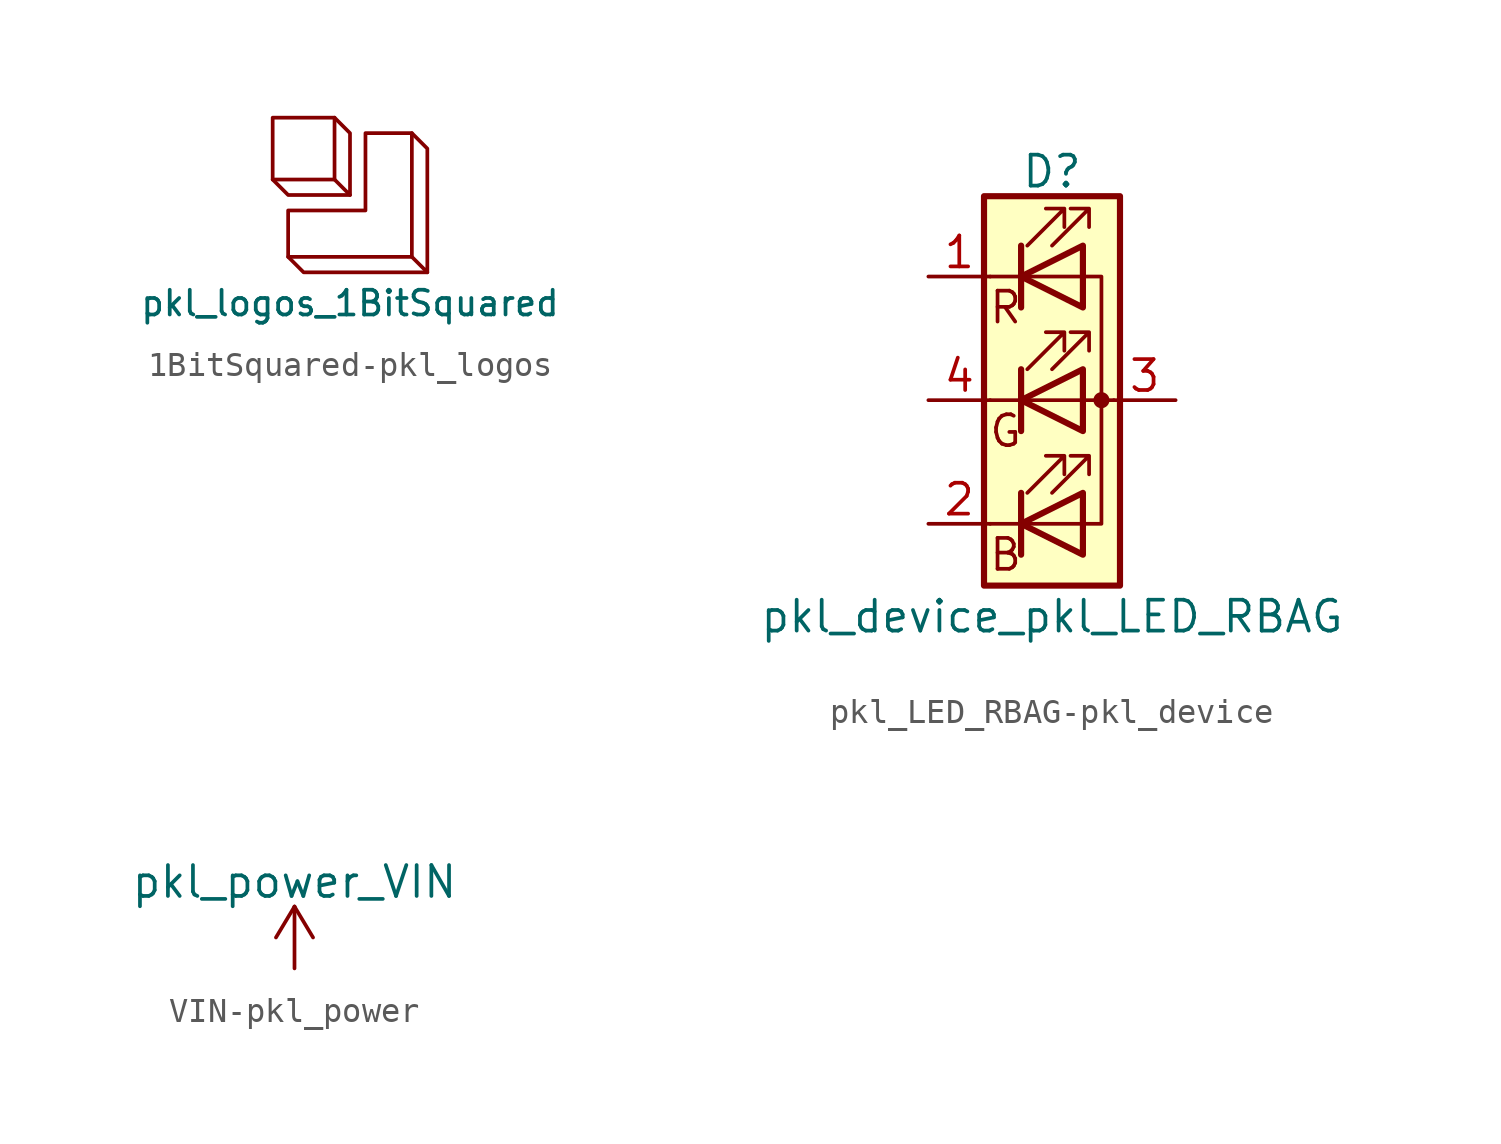
<source format=kicad_sym>
(kicad_symbol_lib
  (version 20231120)
  (generator "kicad_symbol_editor")
  (generator_version "8.0")
  (symbol "1BitSquared-pkl_logos"
    (pin_names
      (offset 1.016))
    (property "Reference" "LOGO"
      (at 5.08 0.635 90)
      (effects (font (size 1.524 1.524)) (hide yes)))
    (property "Value" "pkl_logos_1BitSquared"
      (at 0 -4.445 0)
      (effects (font (size 1.016 1.016))))
    (property "Footprint" ""
      (at 0 0 0)
      (effects (font (size 1.524 1.524))))
    (property "Datasheet" ""
      (at 0 0 0)
      (effects (font (size 1.524 1.524))))
    (symbol "1BitSquared-pkl_logos_0_1"
      (rectangle (start -0.635 0.635) (end -3.175 3.175) (stroke (width 0) (type solid)) (fill (type none)))
      (polyline (pts (xy -3.175 0.635) (xy -2.54 0) (xy 0 0)) (stroke (width 0) (type solid)) (fill (type none)))
      (polyline (pts (xy -2.54 -2.54) (xy -1.905 -3.175) (xy 3.175 -3.175)) (stroke (width 0) (type solid)) (fill (type none)))
      (polyline (pts (xy -0.635 3.175) (xy 0 2.54) (xy 0 0) (xy -0.635 0.635)) (stroke (width 0) (type solid)) (fill (type none)))
      (polyline (pts (xy 2.54 2.54) (xy 3.175 1.905) (xy 3.175 -3.175) (xy 2.54 -2.54)) (stroke (width 0) (type solid)) (fill (type none)))
      (polyline (pts (xy 0.635 2.54) (xy 2.54 2.54) (xy 2.54 -2.54) (xy -2.54 -2.54) (xy -2.54 -0.635) (xy 0.635 -0.635) (xy 0.635 2.54)) (stroke (width 0) (type solid)) (fill (type none)))))
  (symbol "pkl_LED_RBAG-pkl_device"
    (pin_names
      (offset 0) hide)
    (property "Reference" "D"
      (at 0 9.398 0)
      (effects (font (size 1.27 1.27))))
    (property "Value" "pkl_device_pkl_LED_RBAG"
      (at 0 -8.89 0)
      (effects (font (size 1.27 1.27))))
    (symbol "pkl_LED_RBAG-pkl_device_0_0"
      (text "B" (at -1.905 -6.35 0) (effects (font (size 1.27 1.27))))
      (text "G" (at -1.905 -1.27 0) (effects (font (size 1.27 1.27))))
      (text "R" (at -1.905 3.81 0) (effects (font (size 1.27 1.27)))))
    (symbol "pkl_LED_RBAG-pkl_device_0_1"
      (polyline (pts (xy -1.27 -5.08) (xy -2.54 -5.08)) (stroke (width 0) (type solid)) (fill (type none)))
      (polyline (pts (xy -1.27 -5.08) (xy 1.27 -5.08)) (stroke (width 0) (type solid)) (fill (type none)))
      (polyline (pts (xy -1.27 -3.81) (xy -1.27 -6.35)) (stroke (width 0.254) (type solid)) (fill (type none)))
      (polyline (pts (xy -1.27 0) (xy -2.54 0)) (stroke (width 0) (type solid)) (fill (type none)))
      (polyline (pts (xy -1.27 1.27) (xy -1.27 -1.27)) (stroke (width 0.254) (type solid)) (fill (type none)))
      (polyline (pts (xy -1.27 5.08) (xy -2.54 5.08)) (stroke (width 0) (type solid)) (fill (type none)))
      (polyline (pts (xy -1.27 5.08) (xy 1.27 5.08)) (stroke (width 0) (type solid)) (fill (type none)))
      (polyline (pts (xy -1.27 6.35) (xy -1.27 3.81)) (stroke (width 0.254) (type solid)) (fill (type none)))
      (polyline (pts (xy 1.27 0) (xy -1.27 0)) (stroke (width 0) (type solid)) (fill (type none)))
      (polyline (pts (xy 1.27 0) (xy 2.54 0)) (stroke (width 0) (type solid)) (fill (type none)))
      (polyline (pts (xy -1.27 1.27) (xy -1.27 -1.27) (xy -1.27 -1.27)) (stroke (width 0) (type solid)) (fill (type none)))
      (polyline (pts (xy -1.27 6.35) (xy -1.27 3.81) (xy -1.27 3.81)) (stroke (width 0) (type solid)) (fill (type none)))
      (polyline (pts (xy 1.27 -5.08) (xy 2.032 -5.08) (xy 2.032 5.08) (xy 1.27 5.08)) (stroke (width 0) (type solid)) (fill (type none)))
      (polyline (pts (xy 1.27 -3.81) (xy 1.27 -6.35) (xy -1.27 -5.08) (xy 1.27 -3.81)) (stroke (width 0.254) (type solid)) (fill (type none)))
      (polyline (pts (xy 1.27 1.27) (xy 1.27 -1.27) (xy -1.27 0) (xy 1.27 1.27)) (stroke (width 0.254) (type solid)) (fill (type none)))
      (polyline (pts (xy 1.27 6.35) (xy 1.27 3.81) (xy -1.27 5.08) (xy 1.27 6.35)) (stroke (width 0.254) (type solid)) (fill (type none)))
      (polyline (pts (xy -1.016 -3.81) (xy 0.508 -2.286) (xy -0.254 -2.286) (xy 0.508 -2.286) (xy 0.508 -3.048)) (stroke (width 0) (type solid)) (fill (type none)))
      (polyline (pts (xy -1.016 1.27) (xy 0.508 2.794) (xy -0.254 2.794) (xy 0.508 2.794) (xy 0.508 2.032)) (stroke (width 0) (type solid)) (fill (type none)))
      (polyline (pts (xy -1.016 6.35) (xy 0.508 7.874) (xy -0.254 7.874) (xy 0.508 7.874) (xy 0.508 7.112)) (stroke (width 0) (type solid)) (fill (type none)))
      (polyline (pts (xy 0 -3.81) (xy 1.524 -2.286) (xy 0.762 -2.286) (xy 1.524 -2.286) (xy 1.524 -3.048)) (stroke (width 0) (type solid)) (fill (type none)))
      (polyline (pts (xy 0 1.27) (xy 1.524 2.794) (xy 0.762 2.794) (xy 1.524 2.794) (xy 1.524 2.032)) (stroke (width 0) (type solid)) (fill (type none)))
      (polyline (pts (xy 0 6.35) (xy 1.524 7.874) (xy 0.762 7.874) (xy 1.524 7.874) (xy 1.524 7.112)) (stroke (width 0) (type solid)) (fill (type none)))
      (rectangle (start 1.27 -1.27) (end 1.27 1.27) (stroke (width 0) (type solid)) (fill (type none)))
      (rectangle (start 1.27 1.27) (end 1.27 1.27) (stroke (width 0) (type solid)) (fill (type none)))
      (rectangle (start 1.27 3.81) (end 1.27 6.35) (stroke (width 0) (type solid)) (fill (type none)))
      (rectangle (start 1.27 6.35) (end 1.27 6.35) (stroke (width 0) (type solid)) (fill (type none)))
      (circle (center 2.032 0) (radius 0.254) (stroke (width 0) (type solid)) (fill (type outline)))
      (rectangle (start 2.794 8.382) (end -2.794 -7.62) (stroke (width 0.254) (type solid)) (fill (type background))))
    (symbol "pkl_LED_RBAG-pkl_device_1_1"
      (pin passive line (at -5.08 5.08 0) (length 2.54) (name "RK" (effects (font (size 1.27 1.27)))) (number "1" (effects (font (size 1.27 1.27)))))
      (pin passive line (at -5.08 -5.08 0) (length 2.54) (name "BK" (effects (font (size 1.27 1.27)))) (number "2" (effects (font (size 1.27 1.27)))))
      (pin passive line (at 5.08 0 180) (length 2.54) (name "A" (effects (font (size 1.27 1.27)))) (number "3" (effects (font (size 1.27 1.27)))))
      (pin passive line (at -5.08 0 0) (length 2.54) (name "GK" (effects (font (size 1.27 1.27)))) (number "4" (effects (font (size 1.27 1.27)))))))
  (symbol "VIN-pkl_power"
    (power)
    (pin_names
      (offset 0))
    (property "Reference" "#PWR"
      (at 0 -3.81 0)
      (effects (font (size 1.27 1.27)) (hide yes)))
    (property "Value" "pkl_power_VIN"
      (at 0 3.556 0)
      (effects (font (size 1.27 1.27))))
    (symbol "VIN-pkl_power_0_1"
      (polyline (pts (xy -0.762 1.27) (xy 0 2.54)) (stroke (width 0) (type solid)) (fill (type none)))
      (polyline (pts (xy 0 0) (xy 0 2.54)) (stroke (width 0) (type solid)) (fill (type none)))
      (polyline (pts (xy 0 2.54) (xy 0.762 1.27)) (stroke (width 0) (type solid)) (fill (type none))))
    (symbol "VIN-pkl_power_1_1"
      (pin power_in line (at 0 0 90) (length 0) hide (name "VIN" (effects (font (size 1.27 1.27)))) (number "1" (effects (font (size 1.27 1.27))))))))
</source>
